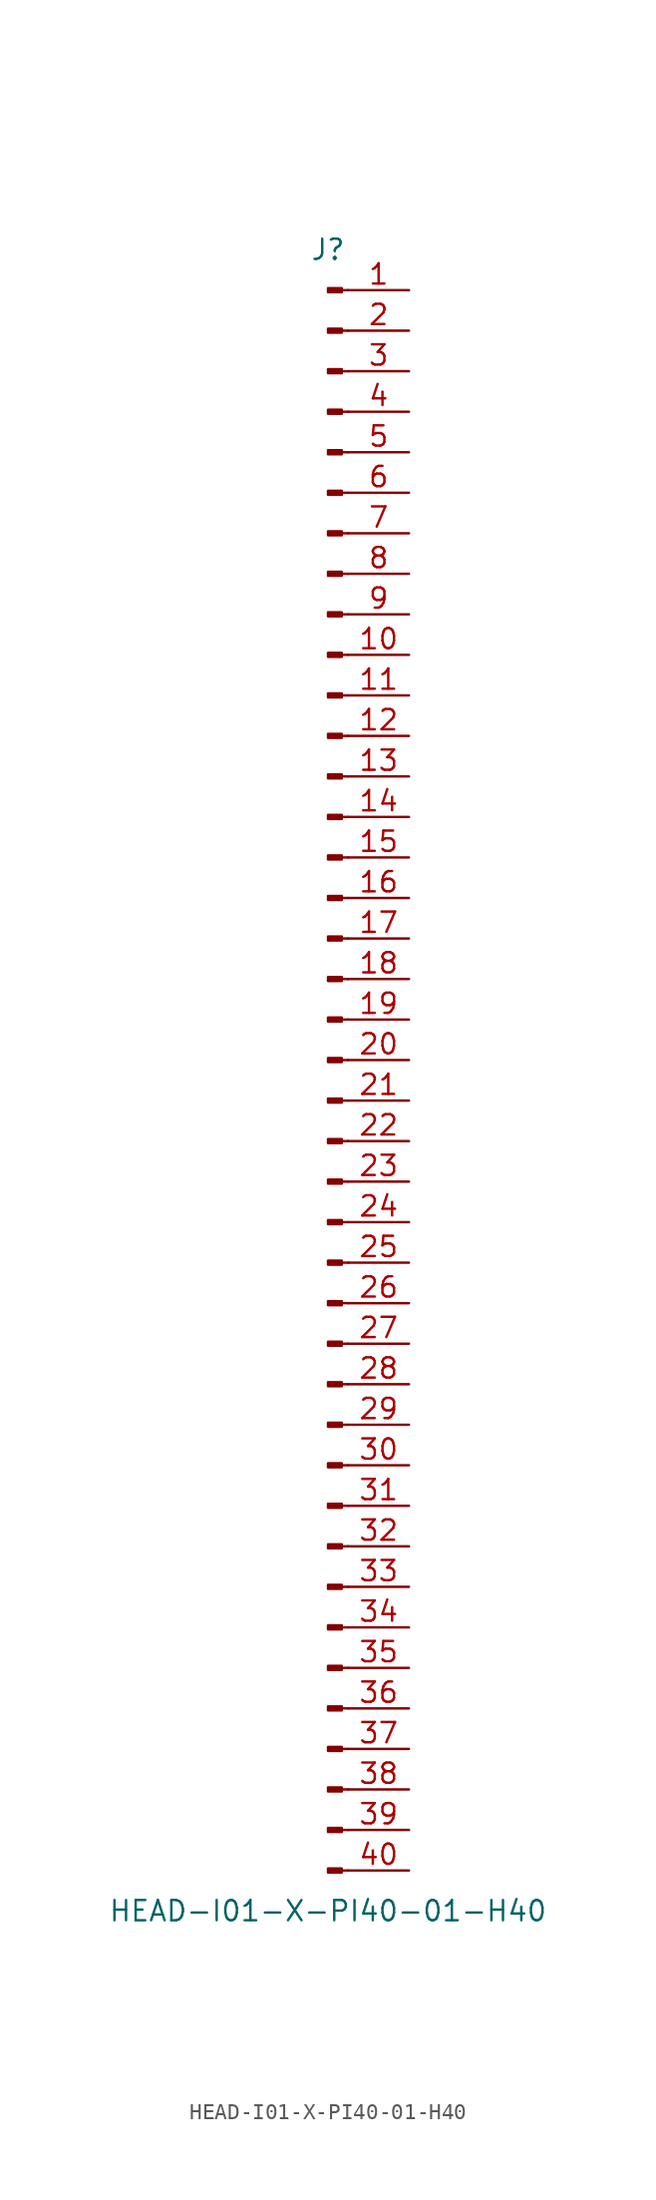
<source format=kicad_sym>
(kicad_symbol_lib
  (version 20211014)
  (generator kicad_symbol_editor)
  (symbol "HEAD-I01-X-PI40-01-H40"
    (pin_names
      (offset 1.016) hide)
    (property "Reference" "J"
      (at 0 50.8 0)
      (effects (font (size 1.27 1.27))))
    (property "Value" "HEAD-I01-X-PI40-01-H40"
      (at 0 -53.34 0)
      (effects (font (size 1.27 1.27))))
    (symbol "HEAD-I01-X-PI40-01-H40_1_1"
      (polyline (pts (xy 1.27 -50.8) (xy 0.864 -50.8)) (stroke (width 0.152) (type default) (color 0 0 0 0)) (fill (type none)))
      (polyline (pts (xy 1.27 -48.26) (xy 0.864 -48.26)) (stroke (width 0.152) (type default) (color 0 0 0 0)) (fill (type none)))
      (polyline (pts (xy 1.27 -45.72) (xy 0.864 -45.72)) (stroke (width 0.152) (type default) (color 0 0 0 0)) (fill (type none)))
      (polyline (pts (xy 1.27 -43.18) (xy 0.864 -43.18)) (stroke (width 0.152) (type default) (color 0 0 0 0)) (fill (type none)))
      (polyline (pts (xy 1.27 -40.64) (xy 0.864 -40.64)) (stroke (width 0.152) (type default) (color 0 0 0 0)) (fill (type none)))
      (polyline (pts (xy 1.27 -38.1) (xy 0.864 -38.1)) (stroke (width 0.152) (type default) (color 0 0 0 0)) (fill (type none)))
      (polyline (pts (xy 1.27 -35.56) (xy 0.864 -35.56)) (stroke (width 0.152) (type default) (color 0 0 0 0)) (fill (type none)))
      (polyline (pts (xy 1.27 -33.02) (xy 0.864 -33.02)) (stroke (width 0.152) (type default) (color 0 0 0 0)) (fill (type none)))
      (polyline (pts (xy 1.27 -30.48) (xy 0.864 -30.48)) (stroke (width 0.152) (type default) (color 0 0 0 0)) (fill (type none)))
      (polyline (pts (xy 1.27 -27.94) (xy 0.864 -27.94)) (stroke (width 0.152) (type default) (color 0 0 0 0)) (fill (type none)))
      (polyline (pts (xy 1.27 -25.4) (xy 0.864 -25.4)) (stroke (width 0.152) (type default) (color 0 0 0 0)) (fill (type none)))
      (polyline (pts (xy 1.27 -22.86) (xy 0.864 -22.86)) (stroke (width 0.152) (type default) (color 0 0 0 0)) (fill (type none)))
      (polyline (pts (xy 1.27 -20.32) (xy 0.864 -20.32)) (stroke (width 0.152) (type default) (color 0 0 0 0)) (fill (type none)))
      (polyline (pts (xy 1.27 -17.78) (xy 0.864 -17.78)) (stroke (width 0.152) (type default) (color 0 0 0 0)) (fill (type none)))
      (polyline (pts (xy 1.27 -15.24) (xy 0.864 -15.24)) (stroke (width 0.152) (type default) (color 0 0 0 0)) (fill (type none)))
      (polyline (pts (xy 1.27 -12.7) (xy 0.864 -12.7)) (stroke (width 0.152) (type default) (color 0 0 0 0)) (fill (type none)))
      (polyline (pts (xy 1.27 -10.16) (xy 0.864 -10.16)) (stroke (width 0.152) (type default) (color 0 0 0 0)) (fill (type none)))
      (polyline (pts (xy 1.27 -7.62) (xy 0.864 -7.62)) (stroke (width 0.152) (type default) (color 0 0 0 0)) (fill (type none)))
      (polyline (pts (xy 1.27 -5.08) (xy 0.864 -5.08)) (stroke (width 0.152) (type default) (color 0 0 0 0)) (fill (type none)))
      (polyline (pts (xy 1.27 -2.54) (xy 0.864 -2.54)) (stroke (width 0.152) (type default) (color 0 0 0 0)) (fill (type none)))
      (polyline (pts (xy 1.27 0) (xy 0.864 0)) (stroke (width 0.152) (type default) (color 0 0 0 0)) (fill (type none)))
      (polyline (pts (xy 1.27 2.54) (xy 0.864 2.54)) (stroke (width 0.152) (type default) (color 0 0 0 0)) (fill (type none)))
      (polyline (pts (xy 1.27 5.08) (xy 0.864 5.08)) (stroke (width 0.152) (type default) (color 0 0 0 0)) (fill (type none)))
      (polyline (pts (xy 1.27 7.62) (xy 0.864 7.62)) (stroke (width 0.152) (type default) (color 0 0 0 0)) (fill (type none)))
      (polyline (pts (xy 1.27 10.16) (xy 0.864 10.16)) (stroke (width 0.152) (type default) (color 0 0 0 0)) (fill (type none)))
      (polyline (pts (xy 1.27 12.7) (xy 0.864 12.7)) (stroke (width 0.152) (type default) (color 0 0 0 0)) (fill (type none)))
      (polyline (pts (xy 1.27 15.24) (xy 0.864 15.24)) (stroke (width 0.152) (type default) (color 0 0 0 0)) (fill (type none)))
      (polyline (pts (xy 1.27 17.78) (xy 0.864 17.78)) (stroke (width 0.152) (type default) (color 0 0 0 0)) (fill (type none)))
      (polyline (pts (xy 1.27 20.32) (xy 0.864 20.32)) (stroke (width 0.152) (type default) (color 0 0 0 0)) (fill (type none)))
      (polyline (pts (xy 1.27 22.86) (xy 0.864 22.86)) (stroke (width 0.152) (type default) (color 0 0 0 0)) (fill (type none)))
      (polyline (pts (xy 1.27 25.4) (xy 0.864 25.4)) (stroke (width 0.152) (type default) (color 0 0 0 0)) (fill (type none)))
      (polyline (pts (xy 1.27 27.94) (xy 0.864 27.94)) (stroke (width 0.152) (type default) (color 0 0 0 0)) (fill (type none)))
      (polyline (pts (xy 1.27 30.48) (xy 0.864 30.48)) (stroke (width 0.152) (type default) (color 0 0 0 0)) (fill (type none)))
      (polyline (pts (xy 1.27 33.02) (xy 0.864 33.02)) (stroke (width 0.152) (type default) (color 0 0 0 0)) (fill (type none)))
      (polyline (pts (xy 1.27 35.56) (xy 0.864 35.56)) (stroke (width 0.152) (type default) (color 0 0 0 0)) (fill (type none)))
      (polyline (pts (xy 1.27 38.1) (xy 0.864 38.1)) (stroke (width 0.152) (type default) (color 0 0 0 0)) (fill (type none)))
      (polyline (pts (xy 1.27 40.64) (xy 0.864 40.64)) (stroke (width 0.152) (type default) (color 0 0 0 0)) (fill (type none)))
      (polyline (pts (xy 1.27 43.18) (xy 0.864 43.18)) (stroke (width 0.152) (type default) (color 0 0 0 0)) (fill (type none)))
      (polyline (pts (xy 1.27 45.72) (xy 0.864 45.72)) (stroke (width 0.152) (type default) (color 0 0 0 0)) (fill (type none)))
      (polyline (pts (xy 1.27 48.26) (xy 0.864 48.26)) (stroke (width 0.152) (type default) (color 0 0 0 0)) (fill (type none)))
      (rectangle (start 0.864 -50.673) (end 0 -50.927) (stroke (width 0.152) (type default) (color 0 0 0 0)) (fill (type outline)))
      (rectangle (start 0.864 -48.133) (end 0 -48.387) (stroke (width 0.152) (type default) (color 0 0 0 0)) (fill (type outline)))
      (rectangle (start 0.864 -45.593) (end 0 -45.847) (stroke (width 0.152) (type default) (color 0 0 0 0)) (fill (type outline)))
      (rectangle (start 0.864 -43.053) (end 0 -43.307) (stroke (width 0.152) (type default) (color 0 0 0 0)) (fill (type outline)))
      (rectangle (start 0.864 -40.513) (end 0 -40.767) (stroke (width 0.152) (type default) (color 0 0 0 0)) (fill (type outline)))
      (rectangle (start 0.864 -37.973) (end 0 -38.227) (stroke (width 0.152) (type default) (color 0 0 0 0)) (fill (type outline)))
      (rectangle (start 0.864 -35.433) (end 0 -35.687) (stroke (width 0.152) (type default) (color 0 0 0 0)) (fill (type outline)))
      (rectangle (start 0.864 -32.893) (end 0 -33.147) (stroke (width 0.152) (type default) (color 0 0 0 0)) (fill (type outline)))
      (rectangle (start 0.864 -30.353) (end 0 -30.607) (stroke (width 0.152) (type default) (color 0 0 0 0)) (fill (type outline)))
      (rectangle (start 0.864 -27.813) (end 0 -28.067) (stroke (width 0.152) (type default) (color 0 0 0 0)) (fill (type outline)))
      (rectangle (start 0.864 -25.273) (end 0 -25.527) (stroke (width 0.152) (type default) (color 0 0 0 0)) (fill (type outline)))
      (rectangle (start 0.864 -22.733) (end 0 -22.987) (stroke (width 0.152) (type default) (color 0 0 0 0)) (fill (type outline)))
      (rectangle (start 0.864 -20.193) (end 0 -20.447) (stroke (width 0.152) (type default) (color 0 0 0 0)) (fill (type outline)))
      (rectangle (start 0.864 -17.653) (end 0 -17.907) (stroke (width 0.152) (type default) (color 0 0 0 0)) (fill (type outline)))
      (rectangle (start 0.864 -15.113) (end 0 -15.367) (stroke (width 0.152) (type default) (color 0 0 0 0)) (fill (type outline)))
      (rectangle (start 0.864 -12.573) (end 0 -12.827) (stroke (width 0.152) (type default) (color 0 0 0 0)) (fill (type outline)))
      (rectangle (start 0.864 -10.033) (end 0 -10.287) (stroke (width 0.152) (type default) (color 0 0 0 0)) (fill (type outline)))
      (rectangle (start 0.864 -7.493) (end 0 -7.747) (stroke (width 0.152) (type default) (color 0 0 0 0)) (fill (type outline)))
      (rectangle (start 0.864 -4.953) (end 0 -5.207) (stroke (width 0.152) (type default) (color 0 0 0 0)) (fill (type outline)))
      (rectangle (start 0.864 -2.413) (end 0 -2.667) (stroke (width 0.152) (type default) (color 0 0 0 0)) (fill (type outline)))
      (rectangle (start 0.864 0.127) (end 0 -0.127) (stroke (width 0.152) (type default) (color 0 0 0 0)) (fill (type outline)))
      (rectangle (start 0.864 2.667) (end 0 2.413) (stroke (width 0.152) (type default) (color 0 0 0 0)) (fill (type outline)))
      (rectangle (start 0.864 5.207) (end 0 4.953) (stroke (width 0.152) (type default) (color 0 0 0 0)) (fill (type outline)))
      (rectangle (start 0.864 7.747) (end 0 7.493) (stroke (width 0.152) (type default) (color 0 0 0 0)) (fill (type outline)))
      (rectangle (start 0.864 10.287) (end 0 10.033) (stroke (width 0.152) (type default) (color 0 0 0 0)) (fill (type outline)))
      (rectangle (start 0.864 12.827) (end 0 12.573) (stroke (width 0.152) (type default) (color 0 0 0 0)) (fill (type outline)))
      (rectangle (start 0.864 15.367) (end 0 15.113) (stroke (width 0.152) (type default) (color 0 0 0 0)) (fill (type outline)))
      (rectangle (start 0.864 17.907) (end 0 17.653) (stroke (width 0.152) (type default) (color 0 0 0 0)) (fill (type outline)))
      (rectangle (start 0.864 20.447) (end 0 20.193) (stroke (width 0.152) (type default) (color 0 0 0 0)) (fill (type outline)))
      (rectangle (start 0.864 22.987) (end 0 22.733) (stroke (width 0.152) (type default) (color 0 0 0 0)) (fill (type outline)))
      (rectangle (start 0.864 25.527) (end 0 25.273) (stroke (width 0.152) (type default) (color 0 0 0 0)) (fill (type outline)))
      (rectangle (start 0.864 28.067) (end 0 27.813) (stroke (width 0.152) (type default) (color 0 0 0 0)) (fill (type outline)))
      (rectangle (start 0.864 30.607) (end 0 30.353) (stroke (width 0.152) (type default) (color 0 0 0 0)) (fill (type outline)))
      (rectangle (start 0.864 33.147) (end 0 32.893) (stroke (width 0.152) (type default) (color 0 0 0 0)) (fill (type outline)))
      (rectangle (start 0.864 35.687) (end 0 35.433) (stroke (width 0.152) (type default) (color 0 0 0 0)) (fill (type outline)))
      (rectangle (start 0.864 38.227) (end 0 37.973) (stroke (width 0.152) (type default) (color 0 0 0 0)) (fill (type outline)))
      (rectangle (start 0.864 40.767) (end 0 40.513) (stroke (width 0.152) (type default) (color 0 0 0 0)) (fill (type outline)))
      (rectangle (start 0.864 43.307) (end 0 43.053) (stroke (width 0.152) (type default) (color 0 0 0 0)) (fill (type outline)))
      (rectangle (start 0.864 45.847) (end 0 45.593) (stroke (width 0.152) (type default) (color 0 0 0 0)) (fill (type outline)))
      (rectangle (start 0.864 48.387) (end 0 48.133) (stroke (width 0.152) (type default) (color 0 0 0 0)) (fill (type outline)))
      (pin passive line (at 5.08 48.26 180) (length 3.81) (name "Pin_1" (effects (font (size 1.27 1.27)))) (number "1" (effects (font (size 1.27 1.27)))))
      (pin passive line (at 5.08 25.4 180) (length 3.81) (name "Pin_10" (effects (font (size 1.27 1.27)))) (number "10" (effects (font (size 1.27 1.27)))))
      (pin passive line (at 5.08 22.86 180) (length 3.81) (name "Pin_11" (effects (font (size 1.27 1.27)))) (number "11" (effects (font (size 1.27 1.27)))))
      (pin passive line (at 5.08 20.32 180) (length 3.81) (name "Pin_12" (effects (font (size 1.27 1.27)))) (number "12" (effects (font (size 1.27 1.27)))))
      (pin passive line (at 5.08 17.78 180) (length 3.81) (name "Pin_13" (effects (font (size 1.27 1.27)))) (number "13" (effects (font (size 1.27 1.27)))))
      (pin passive line (at 5.08 15.24 180) (length 3.81) (name "Pin_14" (effects (font (size 1.27 1.27)))) (number "14" (effects (font (size 1.27 1.27)))))
      (pin passive line (at 5.08 12.7 180) (length 3.81) (name "Pin_15" (effects (font (size 1.27 1.27)))) (number "15" (effects (font (size 1.27 1.27)))))
      (pin passive line (at 5.08 10.16 180) (length 3.81) (name "Pin_16" (effects (font (size 1.27 1.27)))) (number "16" (effects (font (size 1.27 1.27)))))
      (pin passive line (at 5.08 7.62 180) (length 3.81) (name "Pin_17" (effects (font (size 1.27 1.27)))) (number "17" (effects (font (size 1.27 1.27)))))
      (pin passive line (at 5.08 5.08 180) (length 3.81) (name "Pin_18" (effects (font (size 1.27 1.27)))) (number "18" (effects (font (size 1.27 1.27)))))
      (pin passive line (at 5.08 2.54 180) (length 3.81) (name "Pin_19" (effects (font (size 1.27 1.27)))) (number "19" (effects (font (size 1.27 1.27)))))
      (pin passive line (at 5.08 45.72 180) (length 3.81) (name "Pin_2" (effects (font (size 1.27 1.27)))) (number "2" (effects (font (size 1.27 1.27)))))
      (pin passive line (at 5.08 0 180) (length 3.81) (name "Pin_20" (effects (font (size 1.27 1.27)))) (number "20" (effects (font (size 1.27 1.27)))))
      (pin passive line (at 5.08 -2.54 180) (length 3.81) (name "Pin_21" (effects (font (size 1.27 1.27)))) (number "21" (effects (font (size 1.27 1.27)))))
      (pin passive line (at 5.08 -5.08 180) (length 3.81) (name "Pin_22" (effects (font (size 1.27 1.27)))) (number "22" (effects (font (size 1.27 1.27)))))
      (pin passive line (at 5.08 -7.62 180) (length 3.81) (name "Pin_23" (effects (font (size 1.27 1.27)))) (number "23" (effects (font (size 1.27 1.27)))))
      (pin passive line (at 5.08 -10.16 180) (length 3.81) (name "Pin_24" (effects (font (size 1.27 1.27)))) (number "24" (effects (font (size 1.27 1.27)))))
      (pin passive line (at 5.08 -12.7 180) (length 3.81) (name "Pin_25" (effects (font (size 1.27 1.27)))) (number "25" (effects (font (size 1.27 1.27)))))
      (pin passive line (at 5.08 -15.24 180) (length 3.81) (name "Pin_26" (effects (font (size 1.27 1.27)))) (number "26" (effects (font (size 1.27 1.27)))))
      (pin passive line (at 5.08 -17.78 180) (length 3.81) (name "Pin_27" (effects (font (size 1.27 1.27)))) (number "27" (effects (font (size 1.27 1.27)))))
      (pin passive line (at 5.08 -20.32 180) (length 3.81) (name "Pin_28" (effects (font (size 1.27 1.27)))) (number "28" (effects (font (size 1.27 1.27)))))
      (pin passive line (at 5.08 -22.86 180) (length 3.81) (name "Pin_29" (effects (font (size 1.27 1.27)))) (number "29" (effects (font (size 1.27 1.27)))))
      (pin passive line (at 5.08 43.18 180) (length 3.81) (name "Pin_3" (effects (font (size 1.27 1.27)))) (number "3" (effects (font (size 1.27 1.27)))))
      (pin passive line (at 5.08 -25.4 180) (length 3.81) (name "Pin_30" (effects (font (size 1.27 1.27)))) (number "30" (effects (font (size 1.27 1.27)))))
      (pin passive line (at 5.08 -27.94 180) (length 3.81) (name "Pin_31" (effects (font (size 1.27 1.27)))) (number "31" (effects (font (size 1.27 1.27)))))
      (pin passive line (at 5.08 -30.48 180) (length 3.81) (name "Pin_32" (effects (font (size 1.27 1.27)))) (number "32" (effects (font (size 1.27 1.27)))))
      (pin passive line (at 5.08 -33.02 180) (length 3.81) (name "Pin_33" (effects (font (size 1.27 1.27)))) (number "33" (effects (font (size 1.27 1.27)))))
      (pin passive line (at 5.08 -35.56 180) (length 3.81) (name "Pin_34" (effects (font (size 1.27 1.27)))) (number "34" (effects (font (size 1.27 1.27)))))
      (pin passive line (at 5.08 -38.1 180) (length 3.81) (name "Pin_35" (effects (font (size 1.27 1.27)))) (number "35" (effects (font (size 1.27 1.27)))))
      (pin passive line (at 5.08 -40.64 180) (length 3.81) (name "Pin_36" (effects (font (size 1.27 1.27)))) (number "36" (effects (font (size 1.27 1.27)))))
      (pin passive line (at 5.08 -43.18 180) (length 3.81) (name "Pin_37" (effects (font (size 1.27 1.27)))) (number "37" (effects (font (size 1.27 1.27)))))
      (pin passive line (at 5.08 -45.72 180) (length 3.81) (name "Pin_38" (effects (font (size 1.27 1.27)))) (number "38" (effects (font (size 1.27 1.27)))))
      (pin passive line (at 5.08 -48.26 180) (length 3.81) (name "Pin_39" (effects (font (size 1.27 1.27)))) (number "39" (effects (font (size 1.27 1.27)))))
      (pin passive line (at 5.08 40.64 180) (length 3.81) (name "Pin_4" (effects (font (size 1.27 1.27)))) (number "4" (effects (font (size 1.27 1.27)))))
      (pin passive line (at 5.08 -50.8 180) (length 3.81) (name "Pin_40" (effects (font (size 1.27 1.27)))) (number "40" (effects (font (size 1.27 1.27)))))
      (pin passive line (at 5.08 38.1 180) (length 3.81) (name "Pin_5" (effects (font (size 1.27 1.27)))) (number "5" (effects (font (size 1.27 1.27)))))
      (pin passive line (at 5.08 35.56 180) (length 3.81) (name "Pin_6" (effects (font (size 1.27 1.27)))) (number "6" (effects (font (size 1.27 1.27)))))
      (pin passive line (at 5.08 33.02 180) (length 3.81) (name "Pin_7" (effects (font (size 1.27 1.27)))) (number "7" (effects (font (size 1.27 1.27)))))
      (pin passive line (at 5.08 30.48 180) (length 3.81) (name "Pin_8" (effects (font (size 1.27 1.27)))) (number "8" (effects (font (size 1.27 1.27)))))
      (pin passive line (at 5.08 27.94 180) (length 3.81) (name "Pin_9" (effects (font (size 1.27 1.27)))) (number "9" (effects (font (size 1.27 1.27))))))))
</source>
